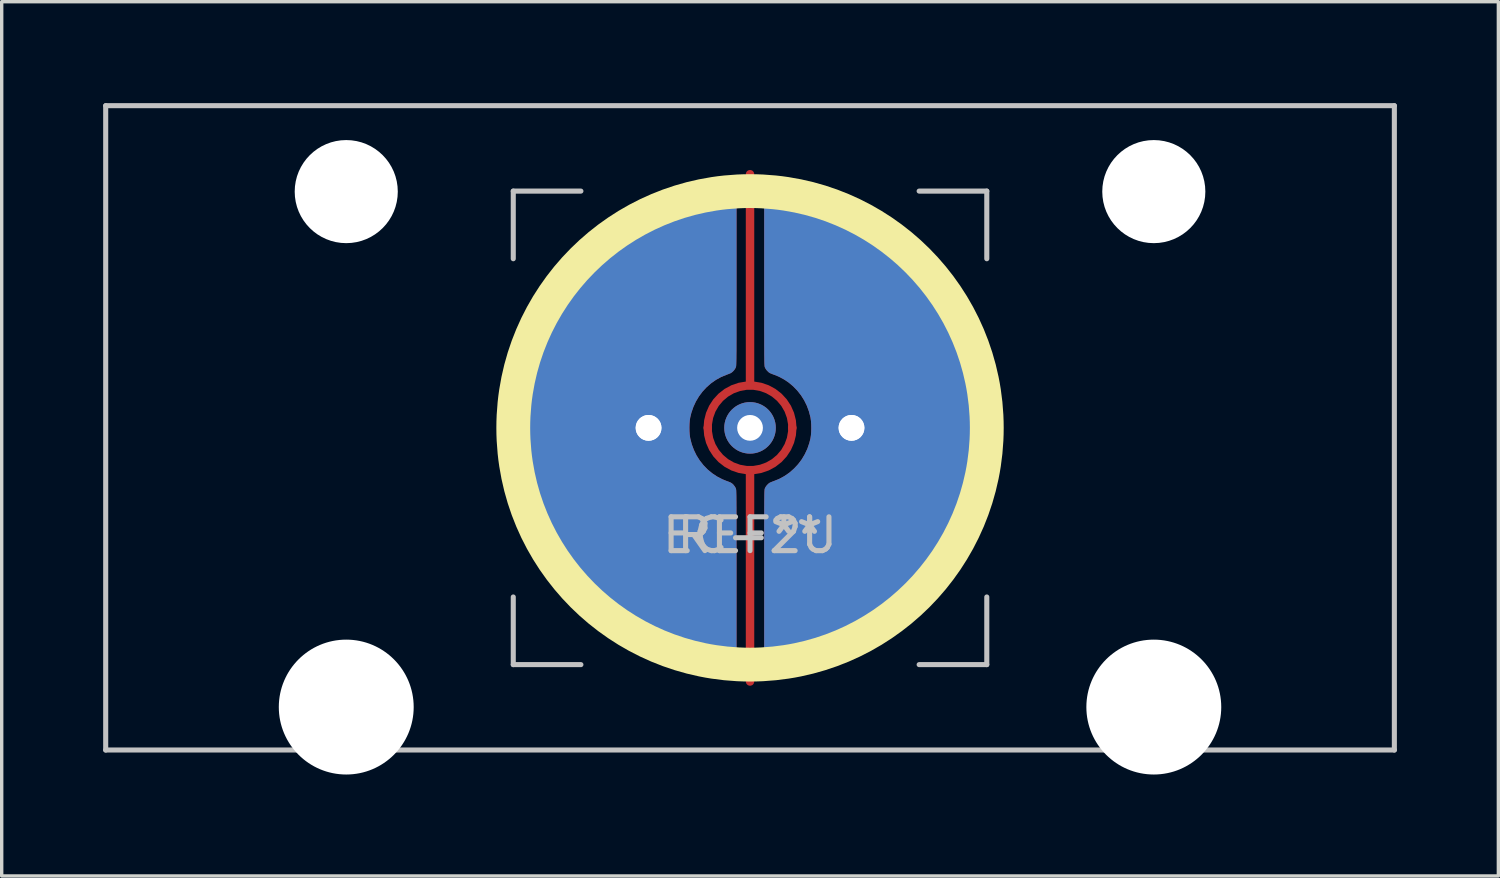
<source format=kicad_pcb>
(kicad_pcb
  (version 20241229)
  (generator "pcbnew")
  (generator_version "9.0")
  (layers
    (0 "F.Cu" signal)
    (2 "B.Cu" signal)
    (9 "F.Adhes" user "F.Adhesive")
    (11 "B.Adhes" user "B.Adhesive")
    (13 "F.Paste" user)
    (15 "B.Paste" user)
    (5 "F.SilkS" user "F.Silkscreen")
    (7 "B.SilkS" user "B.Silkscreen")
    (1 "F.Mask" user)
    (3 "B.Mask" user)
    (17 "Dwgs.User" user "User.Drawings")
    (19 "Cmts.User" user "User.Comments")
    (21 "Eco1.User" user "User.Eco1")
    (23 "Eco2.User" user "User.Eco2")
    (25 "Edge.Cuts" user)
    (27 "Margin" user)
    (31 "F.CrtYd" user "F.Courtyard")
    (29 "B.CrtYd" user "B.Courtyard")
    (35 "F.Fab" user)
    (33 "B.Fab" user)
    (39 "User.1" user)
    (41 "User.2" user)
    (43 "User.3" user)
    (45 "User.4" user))
  (footprint "EC-2U"
    (layer "F.Cu")
    (at 19.125 9.6)
    (property "Reference" "EC-2U" (at 0 3.175 0) (layer "Dwgs.User") (effects (font (size 1 1) (thickness 0.15))))
    (attr through_hole)
    (fp_circle (center 0 0) (end 7 0) (stroke (width 1) (type solid)) (fill no) (layer "F.SilkS"))
    (fp_line (start -19.05 -9.525) (end 19.05 -9.525) (stroke (width 0.15) (type solid)) (layer "Dwgs.User"))
    (fp_line (start -19.05 9.525) (end -19.05 -9.525) (stroke (width 0.15) (type solid)) (layer "Dwgs.User"))
    (fp_line (start -19.05 9.525) (end 19.05 9.525) (stroke (width 0.15) (type solid)) (layer "Dwgs.User"))
    (fp_line (start -7 -7) (end -7 -5) (stroke (width 0.15) (type solid)) (layer "Dwgs.User"))
    (fp_line (start -7 5) (end -7 7) (stroke (width 0.15) (type solid)) (layer "Dwgs.User"))
    (fp_line (start -7 7) (end -5 7) (stroke (width 0.15) (type solid)) (layer "Dwgs.User"))
    (fp_line (start -5 -7) (end -7 -7) (stroke (width 0.15) (type solid)) (layer "Dwgs.User"))
    (fp_line (start 5 -7) (end 7 -7) (stroke (width 0.15) (type solid)) (layer "Dwgs.User"))
    (fp_line (start 5 7) (end 7 7) (stroke (width 0.15) (type solid)) (layer "Dwgs.User"))
    (fp_line (start 7 -7) (end 7 -5) (stroke (width 0.15) (type solid)) (layer "Dwgs.User"))
    (fp_line (start 7 7) (end 7 5) (stroke (width 0.15) (type solid)) (layer "Dwgs.User"))
    (fp_line (start 19.05 -9.525) (end 19.05 9.525) (stroke (width 0.15) (type solid)) (layer "Dwgs.User"))
    (fp_text user "REF**" (at 0 3.175 0) (layer "Dwgs.User") (effects (font (size 1 1) (thickness 0.15))))
    (pad "" np_thru_hole circle (at -11.938 -6.985) (size 3.048 3.048) (drill 3.048) (layers "*.Cu" "*.Mask"))
    (pad "" np_thru_hole circle (at -11.938 8.255) (size 3.988 3.988) (drill 3.988) (layers "*.Cu" "*.Mask"))
    (pad "" thru_hole circle (at 0 0) (size 1.524 1.524) (drill 0.762) (layers "*.Cu" "B.Mask"))
    (pad "" np_thru_hole circle (at 11.938 -6.985) (size 3.048 3.048) (drill 3.048) (layers "*.Cu" "*.Mask"))
    (pad "" np_thru_hole circle (at 11.938 8.255) (size 3.988 3.988) (drill 3.988) (layers "*.Cu" "*.Mask"))
    (pad "1" thru_hole circle (at 3 0) (size 1.524 1.524) (drill 0.762) (layers "*.Cu" "B.Mask"))
    (pad "1" thru_hole custom (at 3 0) (size 1.524 1.524) (drill 0.762) (layers "F.Cu") (options (anchor circle)) (primitives (gr_poly (pts (xy -2.241 -7.099) (xy -2.176 -7.096) (xy -2.094 -7.089) (xy -2 -7.079) (xy -1.895 -7.065) (xy -1.782 -7.048) (xy -1.666 -7.029) (xy -1.548 -7.008) (xy -1.432 -6.986) (xy -1.322 -6.963) (xy -1.28 -6.954) (xy -0.92 -6.863) (xy -0.564 -6.752) (xy -0.215 -6.623) (xy 0.128 -6.476) (xy 0.463 -6.311) (xy 0.789 -6.128) (xy 1.105 -5.929) (xy 1.411 -5.714) (xy 1.672 -5.51) (xy 1.875 -5.335) (xy 2.079 -5.146) (xy 2.279 -4.947) (xy 2.47 -4.741) (xy 2.649 -4.534) (xy 2.719 -4.449) (xy 2.944 -4.151) (xy 3.153 -3.842) (xy 3.345 -3.522) (xy 3.521 -3.193) (xy 3.679 -2.855) (xy 3.82 -2.51) (xy 3.942 -2.157) (xy 4.046 -1.8) (xy 4.13 -1.437) (xy 4.148 -1.346) (xy 4.21 -0.973) (xy 4.251 -0.599) (xy 4.273 -0.225) (xy 4.275 0.149) (xy 4.257 0.523) (xy 4.22 0.895) (xy 4.163 1.264) (xy 4.087 1.631) (xy 3.992 1.993) (xy 3.877 2.351) (xy 3.758 2.668) (xy 3.608 3.015) (xy 3.44 3.352) (xy 3.254 3.679) (xy 3.051 3.997) (xy 2.83 4.305) (xy 2.593 4.602) (xy 2.514 4.694) (xy 2.461 4.753) (xy 2.397 4.822) (xy 2.324 4.899) (xy 2.246 4.979) (xy 2.166 5.059) (xy 2.087 5.137) (xy 2.013 5.209) (xy 1.946 5.272) (xy 1.917 5.298) (xy 1.631 5.543) (xy 1.334 5.771) (xy 1.026 5.982) (xy 0.707 6.177) (xy 0.379 6.354) (xy 0.042 6.515) (xy -0.302 6.657) (xy -0.654 6.781) (xy -1.013 6.887) (xy -1.377 6.975) (xy -1.747 7.043) (xy -1.971 7.074) (xy -2.07 7.086) (xy -2.151 7.094) (xy -2.216 7.099) (xy -2.267 7.101) (xy -2.305 7.099) (xy -2.329 7.095) (xy -2.403 7.067) (xy -2.468 7.021) (xy -2.522 6.962) (xy -2.555 6.907) (xy -2.581 6.85) (xy -2.581 4.348) (xy -2.581 4.084) (xy -2.581 3.838) (xy -2.581 3.612) (xy -2.581 3.403) (xy -2.581 3.211) (xy -2.581 3.035) (xy -2.581 2.875) (xy -2.58 2.729) (xy -2.58 2.598) (xy -2.58 2.48) (xy -2.58 2.375) (xy -2.579 2.281) (xy -2.579 2.199) (xy -2.578 2.126) (xy -2.577 2.064) (xy -2.577 2.01) (xy -2.576 1.964) (xy -2.575 1.926) (xy -2.574 1.894) (xy -2.573 1.869) (xy -2.571 1.848) (xy -2.57 1.832) (xy -2.569 1.819) (xy -2.567 1.809) (xy -2.565 1.801) (xy -2.563 1.795) (xy -2.563 1.794) (xy -2.54 1.747) (xy -2.504 1.698) (xy -2.463 1.655) (xy -2.42 1.624) (xy -2.414 1.62) (xy -2.386 1.608) (xy -2.347 1.592) (xy -2.303 1.575) (xy -2.288 1.57) (xy -2.124 1.502) (xy -1.971 1.417) (xy -1.827 1.316) (xy -1.696 1.2) (xy -1.577 1.072) (xy -1.471 0.931) (xy -1.381 0.779) (xy -1.305 0.617) (xy -1.247 0.446) (xy -1.213 0.31) (xy -1.2 0.221) (xy -1.192 0.119) (xy -1.189 0.011) (xy -1.191 -0.098) (xy -1.198 -0.202) (xy -1.21 -0.293) (xy -1.213 -0.31) (xy -1.259 -0.486) (xy -1.321 -0.655) (xy -1.4 -0.815) (xy -1.494 -0.964) (xy -1.603 -1.102) (xy -1.725 -1.228) (xy -1.859 -1.34) (xy -2.005 -1.437) (xy -2.161 -1.519) (xy -2.288 -1.57) (xy -2.332 -1.586) (xy -2.374 -1.603) (xy -2.407 -1.617) (xy -2.414 -1.62) (xy -2.456 -1.649) (xy -2.498 -1.691) (xy -2.535 -1.739) (xy -2.56 -1.787) (xy -2.563 -1.794) (xy -2.565 -1.8) (xy -2.567 -1.808) (xy -2.568 -1.817) (xy -2.57 -1.829) (xy -2.571 -1.845) (xy -2.572 -1.865) (xy -2.574 -1.89) (xy -2.575 -1.921) (xy -2.576 -1.958) (xy -2.577 -2.002) (xy -2.577 -2.054) (xy -2.578 -2.116) (xy -2.579 -2.186) (xy -2.579 -2.267) (xy -2.579 -2.359) (xy -2.58 -2.462) (xy -2.58 -2.578) (xy -2.58 -2.707) (xy -2.581 -2.85) (xy -2.581 -3.008) (xy -2.581 -3.181) (xy -2.581 -3.37) (xy -2.581 -3.576) (xy -2.581 -3.8) (xy -2.581 -4.042) (xy -2.581 -4.304) (xy -2.581 -4.349) (xy -2.581 -6.851) (xy -2.548 -6.917) (xy -2.51 -6.98) (xy -2.463 -7.028) (xy -2.402 -7.067) (xy -2.386 -7.074) (xy -2.355 -7.088) (xy -2.327 -7.095) (xy -2.294 -7.099) (xy -2.249 -7.099) (xy -2.241 -7.099)) (width 0) (fill yes))))
    (pad "2" thru_hole circle (at -3 0) (size 1.524 1.524) (drill 0.762) (layers "*.Cu" "B.Mask"))
    (pad "2" thru_hole custom (at -3 0) (size 1.524 1.524) (drill 0.762) (layers "F.Cu") (options (anchor circle)) (primitives (gr_poly (pts (xy 2.26 7.099) (xy 2.195 7.096) (xy 2.114 7.089) (xy 2.019 7.079) (xy 1.914 7.065) (xy 1.802 7.048) (xy 1.685 7.029) (xy 1.568 7.008) (xy 1.452 6.986) (xy 1.341 6.963) (xy 1.3 6.954) (xy 0.939 6.863) (xy 0.584 6.752) (xy 0.234 6.623) (xy -0.109 6.476) (xy -0.444 6.311) (xy -0.77 6.128) (xy -1.086 5.929) (xy -1.392 5.714) (xy -1.653 5.51) (xy -1.856 5.335) (xy -2.06 5.146) (xy -2.259 4.947) (xy -2.451 4.741) (xy -2.63 4.534) (xy -2.7 4.449) (xy -2.924 4.151) (xy -3.133 3.842) (xy -3.326 3.522) (xy -3.501 3.193) (xy -3.66 2.855) (xy -3.8 2.51) (xy -3.923 2.157) (xy -4.026 1.8) (xy -4.111 1.437) (xy -4.129 1.346) (xy -4.19 0.973) (xy -4.231 0.599) (xy -4.253 0.225) (xy -4.255 -0.149) (xy -4.237 -0.523) (xy -4.2 -0.895) (xy -4.144 -1.264) (xy -4.068 -1.631) (xy -3.973 -1.993) (xy -3.858 -2.351) (xy -3.739 -2.668) (xy -3.588 -3.015) (xy -3.42 -3.352) (xy -3.234 -3.679) (xy -3.031 -3.997) (xy -2.811 -4.305) (xy -2.573 -4.602) (xy -2.495 -4.694) (xy -2.442 -4.753) (xy -2.378 -4.822) (xy -2.305 -4.899) (xy -2.227 -4.979) (xy -2.147 -5.059) (xy -2.068 -5.137) (xy -1.994 -5.209) (xy -1.927 -5.272) (xy -1.898 -5.298) (xy -1.612 -5.543) (xy -1.314 -5.771) (xy -1.006 -5.982) (xy -0.688 -6.177) (xy -0.36 -6.354) (xy -0.023 -6.515) (xy 0.322 -6.657) (xy 0.674 -6.781) (xy 1.032 -6.887) (xy 1.397 -6.975) (xy 1.766 -7.043) (xy 1.99 -7.074) (xy 2.089 -7.086) (xy 2.171 -7.094) (xy 2.236 -7.099) (xy 2.287 -7.101) (xy 2.324 -7.099) (xy 2.348 -7.095) (xy 2.422 -7.067) (xy 2.488 -7.021) (xy 2.542 -6.962) (xy 2.574 -6.907) (xy 2.601 -6.85) (xy 2.601 -4.348) (xy 2.601 -4.084) (xy 2.601 -3.838) (xy 2.601 -3.612) (xy 2.6 -3.403) (xy 2.6 -3.211) (xy 2.6 -3.035) (xy 2.6 -2.875) (xy 2.6 -2.729) (xy 2.6 -2.598) (xy 2.599 -2.48) (xy 2.599 -2.375) (xy 2.599 -2.281) (xy 2.598 -2.199) (xy 2.597 -2.126) (xy 2.597 -2.064) (xy 2.596 -2.01) (xy 2.595 -1.964) (xy 2.594 -1.926) (xy 2.593 -1.894) (xy 2.592 -1.869) (xy 2.591 -1.848) (xy 2.589 -1.832) (xy 2.588 -1.819) (xy 2.586 -1.809) (xy 2.585 -1.801) (xy 2.583 -1.795) (xy 2.582 -1.794) (xy 2.559 -1.747) (xy 2.524 -1.698) (xy 2.482 -1.655) (xy 2.44 -1.624) (xy 2.434 -1.62) (xy 2.406 -1.608) (xy 2.366 -1.592) (xy 2.322 -1.575) (xy 2.307 -1.57) (xy 2.144 -1.502) (xy 1.99 -1.417) (xy 1.847 -1.316) (xy 1.715 -1.2) (xy 1.596 -1.072) (xy 1.491 -0.931) (xy 1.4 -0.779) (xy 1.325 -0.617) (xy 1.266 -0.446) (xy 1.233 -0.31) (xy 1.219 -0.221) (xy 1.211 -0.119) (xy 1.208 -0.011) (xy 1.21 0.098) (xy 1.217 0.202) (xy 1.23 0.293) (xy 1.233 0.31) (xy 1.278 0.486) (xy 1.341 0.655) (xy 1.419 0.815) (xy 1.514 0.964) (xy 1.622 1.102) (xy 1.744 1.228) (xy 1.879 1.34) (xy 2.024 1.437) (xy 2.181 1.519) (xy 2.307 1.57) (xy 2.352 1.586) (xy 2.394 1.603) (xy 2.426 1.617) (xy 2.434 1.62) (xy 2.476 1.649) (xy 2.518 1.691) (xy 2.554 1.739) (xy 2.58 1.787) (xy 2.582 1.794) (xy 2.584 1.8) (xy 2.586 1.808) (xy 2.588 1.817) (xy 2.589 1.829) (xy 2.591 1.845) (xy 2.592 1.865) (xy 2.593 1.89) (xy 2.594 1.921) (xy 2.595 1.958) (xy 2.596 2.002) (xy 2.597 2.054) (xy 2.597 2.116) (xy 2.598 2.186) (xy 2.598 2.267) (xy 2.599 2.359) (xy 2.599 2.462) (xy 2.6 2.578) (xy 2.6 2.707) (xy 2.6 2.85) (xy 2.6 3.008) (xy 2.6 3.181) (xy 2.6 3.37) (xy 2.601 3.576) (xy 2.601 3.8) (xy 2.601 4.042) (xy 2.601 4.304) (xy 2.601 4.349) (xy 2.601 6.851) (xy 2.568 6.917) (xy 2.53 6.98) (xy 2.483 7.028) (xy 2.422 7.067) (xy 2.406 7.074) (xy 2.375 7.088) (xy 2.346 7.095) (xy 2.313 7.099) (xy 2.268 7.099) (xy 2.26 7.099)) (width 0) (fill yes))))
    (pad "3" smd custom (at 0 -7.5) (size 0.25 0.25) (layers "F.Cu") (options (anchor circle)) (primitives (gr_line (start 0 6.25) (end 0 0) (width 0.25)) (gr_arc (start -1.25 7.5) (mid 0 6.25) (end 1.25 7.5) (width 0.25))))
    (pad "3" smd custom (at 0 7.5 180) (size 0.25 0.25) (layers "F.Cu") (options (anchor circle)) (primitives (gr_line (start 0 6.25) (end 0 0) (width 0.25)) (gr_arc (start -1.25 7.5) (mid 0 6.25) (end 1.25 7.5) (width 0.25)))))
  (gr_rect
    (start -3 -3)
    (end 41.25 22.849)
    (stroke (width 0.1) (type default))
    (fill no)
    (layer "Edge.Cuts")))
</source>
